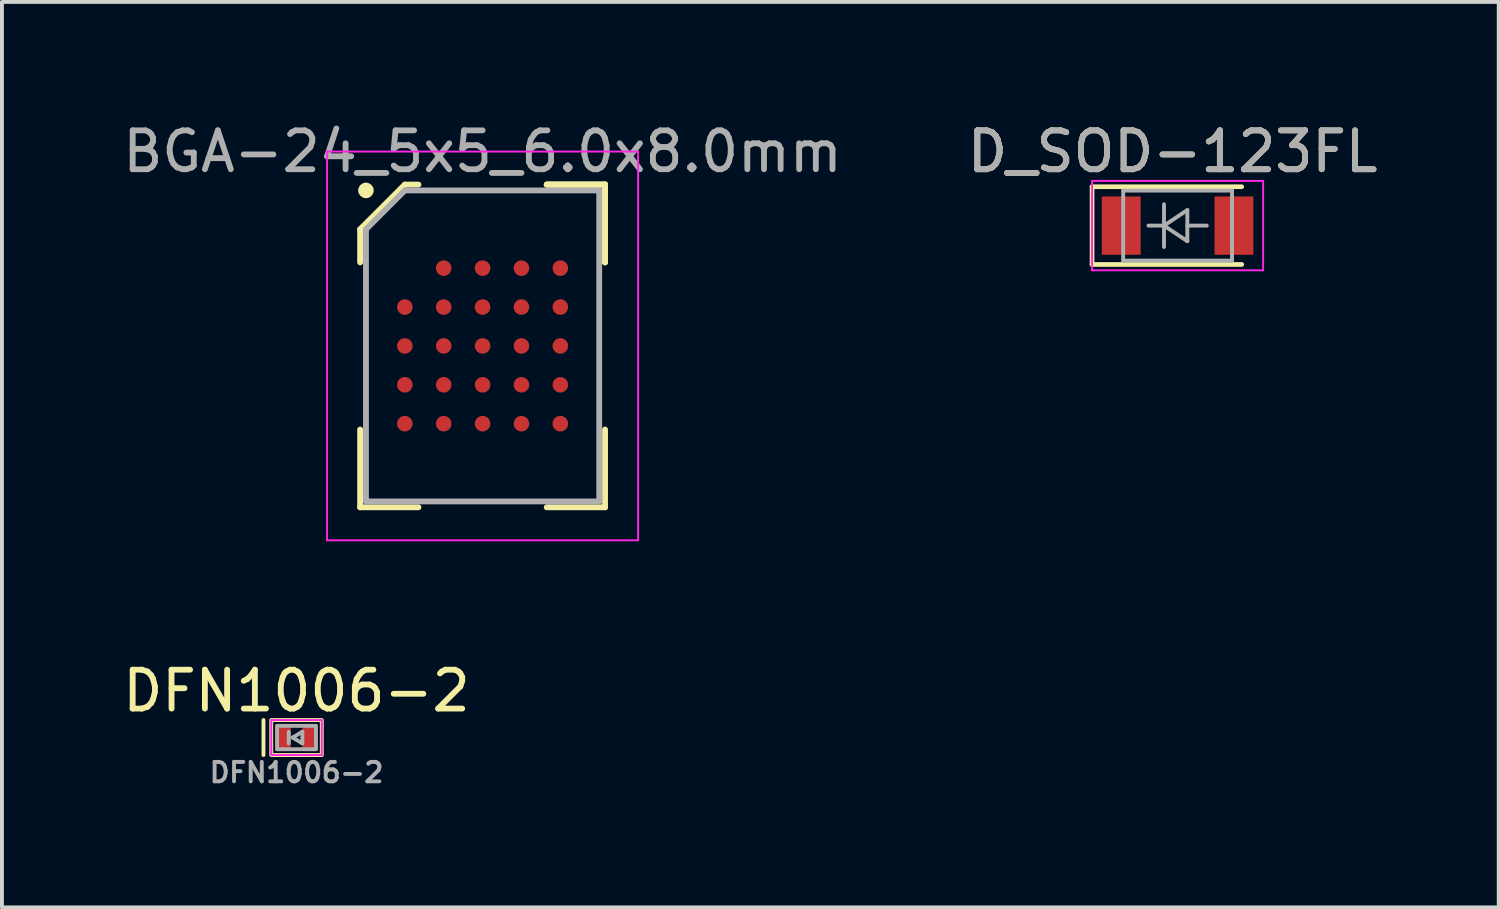
<source format=kicad_pcb>
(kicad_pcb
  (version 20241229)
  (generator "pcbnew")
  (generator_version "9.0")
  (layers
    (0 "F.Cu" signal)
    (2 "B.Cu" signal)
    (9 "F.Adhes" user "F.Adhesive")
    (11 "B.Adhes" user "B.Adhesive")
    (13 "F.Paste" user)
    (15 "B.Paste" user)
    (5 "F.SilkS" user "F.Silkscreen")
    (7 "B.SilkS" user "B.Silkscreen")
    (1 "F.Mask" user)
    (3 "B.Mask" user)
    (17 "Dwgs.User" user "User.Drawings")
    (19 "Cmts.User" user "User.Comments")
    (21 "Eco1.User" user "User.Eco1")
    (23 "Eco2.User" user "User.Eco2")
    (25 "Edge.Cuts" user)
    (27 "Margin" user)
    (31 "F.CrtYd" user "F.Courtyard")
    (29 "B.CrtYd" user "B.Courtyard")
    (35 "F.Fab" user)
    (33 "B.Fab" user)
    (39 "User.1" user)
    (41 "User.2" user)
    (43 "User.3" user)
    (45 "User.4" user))
  (footprint "D_SOD-123FL"
    (layer "F.Cu")
    (at 27.24 2.753)
    (property "Reference" "D_SOD-123FL" (at -0.127 -1.905 0) (layer "F.SilkS") (effects (font (size 1 1) (thickness 0.15))))
    (attr smd)
    (fp_line (start -2.2 -1) (end -2.2 1) (stroke (width 0.12) (type solid)) (layer "F.SilkS"))
    (fp_line (start -2.2 -1) (end 1.65 -1) (stroke (width 0.12) (type solid)) (layer "F.SilkS"))
    (fp_line (start -2.2 1) (end 1.65 1) (stroke (width 0.12) (type solid)) (layer "F.SilkS"))
    (fp_line (start -2.2 -1.15) (end -2.2 1.15) (stroke (width 0.05) (type solid)) (layer "F.CrtYd"))
    (fp_line (start -2.2 -1.15) (end 2.2 -1.15) (stroke (width 0.05) (type solid)) (layer "F.CrtYd"))
    (fp_line (start 2.2 -1.15) (end 2.2 1.15) (stroke (width 0.05) (type solid)) (layer "F.CrtYd"))
    (fp_line (start 2.2 1.15) (end -2.2 1.15) (stroke (width 0.05) (type solid)) (layer "F.CrtYd"))
    (fp_line (start -1.4 -0.9) (end 1.4 -0.9) (stroke (width 0.1) (type solid)) (layer "F.Fab"))
    (fp_line (start -1.4 0.9) (end -1.4 -0.9) (stroke (width 0.1) (type solid)) (layer "F.Fab"))
    (fp_line (start -0.75 0) (end -0.35 0) (stroke (width 0.1) (type solid)) (layer "F.Fab"))
    (fp_line (start -0.35 0) (end -0.35 -0.55) (stroke (width 0.1) (type solid)) (layer "F.Fab"))
    (fp_line (start -0.35 0) (end -0.35 0.55) (stroke (width 0.1) (type solid)) (layer "F.Fab"))
    (fp_line (start -0.35 0) (end 0.25 -0.4) (stroke (width 0.1) (type solid)) (layer "F.Fab"))
    (fp_line (start 0.25 -0.4) (end 0.25 0.4) (stroke (width 0.1) (type solid)) (layer "F.Fab"))
    (fp_line (start 0.25 0) (end 0.75 0) (stroke (width 0.1) (type solid)) (layer "F.Fab"))
    (fp_line (start 0.25 0.4) (end -0.35 0) (stroke (width 0.1) (type solid)) (layer "F.Fab"))
    (fp_line (start 1.4 -0.9) (end 1.4 0.9) (stroke (width 0.1) (type solid)) (layer "F.Fab"))
    (fp_line (start 1.4 0.9) (end -1.4 0.9) (stroke (width 0.1) (type solid)) (layer "F.Fab"))
    (fp_text user "${REFERENCE}" (at -0.127 -1.905 0) (layer "F.Fab") (effects (font (size 1 1) (thickness 0.15))))
    (pad "1" smd rect (at -1.45 0) (size 1 1.5) (layers "F.Cu" "F.Mask" "F.Paste"))
    (pad "2" smd rect (at 1.45 0) (size 1 1.5) (layers "F.Cu" "F.Mask" "F.Paste")))
  (footprint "DFN1006-2"
    (layer "F.Cu")
    (at 4.577 15.921)
    (property "Reference" "DFN1006-2" (at 0 -1.2 0) (layer "F.SilkS") (effects (font (size 1 1) (thickness 0.15))))
    (attr smd)
    (fp_line (start -0.85 -0.45) (end -0.85 0.45) (stroke (width 0.1) (type solid)) (layer "F.SilkS"))
    (fp_rect (start -0.65 -0.45) (end 0.65 0.45) (stroke (width 0.1) (type solid)) (fill no) (layer "F.SilkS"))
    (fp_rect (start -0.65 -0.45) (end 0.65 0.45) (stroke (width 0.05) (type solid)) (fill no) (layer "F.CrtYd"))
    (fp_line (start -0.2 -0.15) (end -0.2 0.15) (stroke (width 0.1) (type solid)) (layer "F.Fab"))
    (fp_line (start -0.1 0) (end 0.15 -0.15) (stroke (width 0.1) (type solid)) (layer "F.Fab"))
    (fp_line (start 0.15 -0.15) (end 0.15 0.15) (stroke (width 0.1) (type solid)) (layer "F.Fab"))
    (fp_line (start 0.15 0.15) (end -0.1 0) (stroke (width 0.1) (type solid)) (layer "F.Fab"))
    (fp_rect (start -0.5 -0.3) (end 0.5 0.3) (stroke (width 0.1) (type solid)) (fill no) (layer "F.Fab"))
    (fp_text user "${REFERENCE}" (at 0 0.9 0) (unlocked yes) (layer "F.Fab") (effects (font (size 0.5 0.5) (thickness 0.1))))
    (pad "1" smd roundrect (at -0.35 0) (size 0.4 0.7) (layers "F.Cu" "F.Mask" "F.Paste") (roundrect_rratio 0.125))
    (pad "2" smd roundrect (at 0.35 0) (size 0.4 0.7) (layers "F.Cu" "F.Mask" "F.Paste") (roundrect_rratio 0.125)))
  (footprint "BGA-24_5x5_6.0x8.0mm"
    (layer "F.Cu")
    (at 9.363 5.848)
    (property "Reference" "BGA-24_5x5_6.0x8.0mm" (at 0 -5 0) (layer "F.Fab") (effects (font (size 1 1) (thickness 0.15))))
    (attr smd)
    (fp_line (start -3.15 -3) (end -3.15 -2.15) (stroke (width 0.15) (type solid)) (layer "F.SilkS"))
    (fp_line (start -3.15 4.15) (end -3.15 2.15) (stroke (width 0.15) (type solid)) (layer "F.SilkS"))
    (fp_line (start -2 -4.15) (end -3.15 -3) (stroke (width 0.15) (type solid)) (layer "F.SilkS"))
    (fp_line (start -1.65 -4.15) (end -2 -4.15) (stroke (width 0.15) (type solid)) (layer "F.SilkS"))
    (fp_line (start -1.65 4.15) (end -3.15 4.15) (stroke (width 0.15) (type solid)) (layer "F.SilkS"))
    (fp_line (start 1.65 -4.15) (end 3.15 -4.15) (stroke (width 0.15) (type solid)) (layer "F.SilkS"))
    (fp_line (start 1.65 -4.15) (end 3.15 -4.15) (stroke (width 0.15) (type solid)) (layer "F.SilkS"))
    (fp_line (start 1.65 -4.15) (end 3.15 -4.15) (stroke (width 0.15) (type solid)) (layer "F.SilkS"))
    (fp_line (start 1.65 4.15) (end 3.15 4.15) (stroke (width 0.15) (type solid)) (layer "F.SilkS"))
    (fp_line (start 3.15 -4.15) (end 3.15 -2.15) (stroke (width 0.15) (type solid)) (layer "F.SilkS"))
    (fp_line (start 3.15 -4.15) (end 3.15 -2.15) (stroke (width 0.15) (type solid)) (layer "F.SilkS"))
    (fp_line (start 3.15 -4.15) (end 3.15 -2.15) (stroke (width 0.15) (type solid)) (layer "F.SilkS"))
    (fp_line (start 3.15 4.15) (end 3.15 2.15) (stroke (width 0.15) (type solid)) (layer "F.SilkS"))
    (fp_circle (center -3 -4) (end -3 -3.9) (stroke (width 0.2) (type solid)) (fill no) (layer "F.SilkS"))
    (fp_line (start -4 -5) (end 4 -5) (stroke (width 0.05) (type solid)) (layer "F.CrtYd"))
    (fp_line (start -4 5) (end -4 -5) (stroke (width 0.05) (type solid)) (layer "F.CrtYd"))
    (fp_line (start 4 -5) (end 4 5) (stroke (width 0.05) (type solid)) (layer "F.CrtYd"))
    (fp_line (start 4 5) (end -4 5) (stroke (width 0.05) (type solid)) (layer "F.CrtYd"))
    (fp_line (start -3 -3) (end -3 4) (stroke (width 0.15) (type solid)) (layer "F.Fab"))
    (fp_line (start -3 4) (end 3 4) (stroke (width 0.15) (type solid)) (layer "F.Fab"))
    (fp_line (start -2 -4) (end -3 -3) (stroke (width 0.15) (type solid)) (layer "F.Fab"))
    (fp_line (start 3 -4) (end -2 -4) (stroke (width 0.15) (type solid)) (layer "F.Fab"))
    (fp_line (start 3 4) (end 3 -4) (stroke (width 0.15) (type solid)) (layer "F.Fab"))
    (pad "A2" smd circle (at -1 -2) (size 0.4 0.4) (layers "F.Cu" "F.Mask" "F.Paste"))
    (pad "A3" smd circle (at 0 -2) (size 0.4 0.4) (layers "F.Cu" "F.Mask" "F.Paste"))
    (pad "A4" smd circle (at 1 -2) (size 0.4 0.4) (layers "F.Cu" "F.Mask" "F.Paste"))
    (pad "A5" smd circle (at 2 -2) (size 0.4 0.4) (layers "F.Cu" "F.Mask" "F.Paste"))
    (pad "B1" smd circle (at -2 -1) (size 0.4 0.4) (layers "F.Cu" "F.Mask" "F.Paste"))
    (pad "B2" smd circle (at -1 -1) (size 0.4 0.4) (layers "F.Cu" "F.Mask" "F.Paste"))
    (pad "B3" smd circle (at 0 -1) (size 0.4 0.4) (layers "F.Cu" "F.Mask" "F.Paste"))
    (pad "B4" smd circle (at 1 -1) (size 0.4 0.4) (layers "F.Cu" "F.Mask" "F.Paste"))
    (pad "B5" smd circle (at 2 -1) (size 0.4 0.4) (layers "F.Cu" "F.Mask" "F.Paste"))
    (pad "C1" smd circle (at -2 0) (size 0.4 0.4) (layers "F.Cu" "F.Mask" "F.Paste"))
    (pad "C2" smd circle (at -1 0) (size 0.4 0.4) (layers "F.Cu" "F.Mask" "F.Paste"))
    (pad "C3" smd circle (at 0 0) (size 0.4 0.4) (layers "F.Cu" "F.Mask" "F.Paste"))
    (pad "C4" smd circle (at 1 0) (size 0.4 0.4) (layers "F.Cu" "F.Mask" "F.Paste"))
    (pad "C5" smd circle (at 2 0) (size 0.4 0.4) (layers "F.Cu" "F.Mask" "F.Paste"))
    (pad "D1" smd circle (at -2 1) (size 0.4 0.4) (layers "F.Cu" "F.Mask" "F.Paste"))
    (pad "D2" smd circle (at -1 1) (size 0.4 0.4) (layers "F.Cu" "F.Mask" "F.Paste"))
    (pad "D3" smd circle (at 0 1) (size 0.4 0.4) (layers "F.Cu" "F.Mask" "F.Paste"))
    (pad "D4" smd circle (at 1 1) (size 0.4 0.4) (layers "F.Cu" "F.Mask" "F.Paste"))
    (pad "D5" smd circle (at 2 1) (size 0.4 0.4) (layers "F.Cu" "F.Mask" "F.Paste"))
    (pad "E1" smd circle (at -2 2) (size 0.4 0.4) (layers "F.Cu" "F.Mask" "F.Paste"))
    (pad "E2" smd circle (at -1 2) (size 0.4 0.4) (layers "F.Cu" "F.Mask" "F.Paste"))
    (pad "E3" smd circle (at 0 2) (size 0.4 0.4) (layers "F.Cu" "F.Mask" "F.Paste"))
    (pad "E4" smd circle (at 1 2) (size 0.4 0.4) (layers "F.Cu" "F.Mask" "F.Paste"))
    (pad "E5" smd circle (at 2 2) (size 0.4 0.4) (layers "F.Cu" "F.Mask" "F.Paste")))
  (gr_rect
    (start -3 -3)
    (end 35.5 20.29)
    (stroke (width 0.1) (type default))
    (fill no)
    (layer "Edge.Cuts")))
</source>
